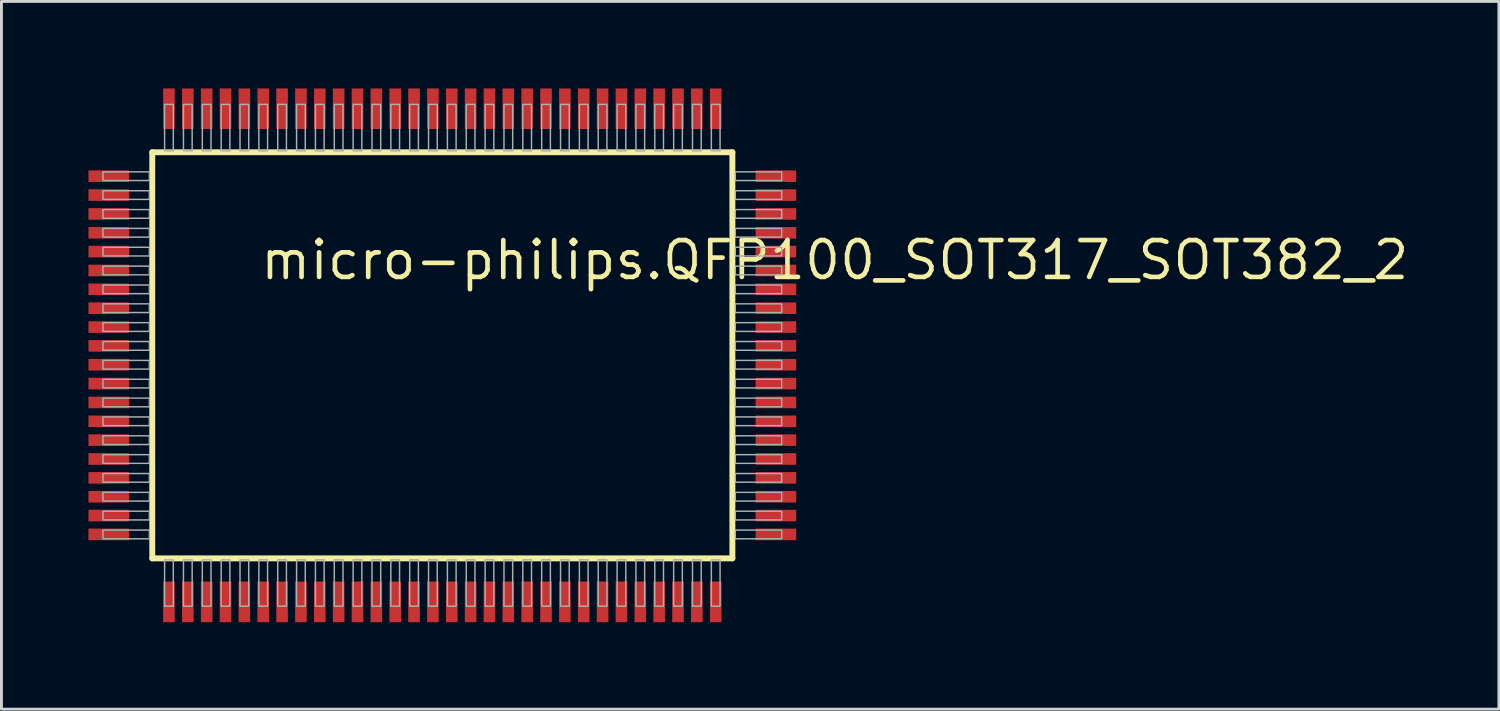
<source format=kicad_pcb>
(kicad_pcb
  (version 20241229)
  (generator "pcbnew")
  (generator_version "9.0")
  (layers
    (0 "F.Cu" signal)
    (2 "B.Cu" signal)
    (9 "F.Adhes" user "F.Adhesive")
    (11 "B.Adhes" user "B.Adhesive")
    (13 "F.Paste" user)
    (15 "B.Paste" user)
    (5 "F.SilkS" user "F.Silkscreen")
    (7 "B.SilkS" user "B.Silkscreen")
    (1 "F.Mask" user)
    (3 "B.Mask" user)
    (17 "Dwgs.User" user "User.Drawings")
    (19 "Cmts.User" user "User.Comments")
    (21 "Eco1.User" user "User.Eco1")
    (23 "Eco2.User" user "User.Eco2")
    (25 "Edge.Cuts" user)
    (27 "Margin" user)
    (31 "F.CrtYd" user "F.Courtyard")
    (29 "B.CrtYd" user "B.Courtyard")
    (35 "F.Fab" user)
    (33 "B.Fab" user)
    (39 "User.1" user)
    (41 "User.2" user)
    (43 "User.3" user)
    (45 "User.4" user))
  (footprint "micro-philips.QFP100_SOT317_SOT382_2"
    (layer "F.Cu")
    (at 12.2 9.2)
    (property "Reference" "micro-philips.QFP100_SOT317_SOT382_2" (at -6.35 -2.54 0) (layer "F.SilkS") (effects (font (size 1.27 1.27) (thickness 0.16)) (justify left bottom)))
    (attr smd)
    (fp_line (start -10 -7) (end 10 -7) (stroke (width 0.203) (type default)) (layer "F.SilkS"))
    (fp_line (start -10 7) (end -10 -7) (stroke (width 0.203) (type default)) (layer "F.SilkS"))
    (fp_line (start 10 -7) (end 10 7) (stroke (width 0.203) (type default)) (layer "F.SilkS"))
    (fp_line (start 10 7) (end -10 7) (stroke (width 0.203) (type default)) (layer "F.SilkS"))
    (fp_rect (start -11.7 -6.025) (end -10.1 -6.325) (stroke (width 0.05) (type default)) (fill no) (layer "F.Fab"))
    (fp_rect (start -11.7 -5.375) (end -10.1 -5.675) (stroke (width 0.05) (type default)) (fill no) (layer "F.Fab"))
    (fp_rect (start -11.7 -4.725) (end -10.1 -5.025) (stroke (width 0.05) (type default)) (fill no) (layer "F.Fab"))
    (fp_rect (start -11.7 -4.075) (end -10.1 -4.375) (stroke (width 0.05) (type default)) (fill no) (layer "F.Fab"))
    (fp_rect (start -11.7 -3.425) (end -10.1 -3.725) (stroke (width 0.05) (type default)) (fill no) (layer "F.Fab"))
    (fp_rect (start -11.7 -2.775) (end -10.1 -3.075) (stroke (width 0.05) (type default)) (fill no) (layer "F.Fab"))
    (fp_rect (start -11.7 -2.125) (end -10.1 -2.425) (stroke (width 0.05) (type default)) (fill no) (layer "F.Fab"))
    (fp_rect (start -11.7 -1.475) (end -10.1 -1.775) (stroke (width 0.05) (type default)) (fill no) (layer "F.Fab"))
    (fp_rect (start -11.7 -0.825) (end -10.1 -1.125) (stroke (width 0.05) (type default)) (fill no) (layer "F.Fab"))
    (fp_rect (start -11.7 -0.175) (end -10.1 -0.475) (stroke (width 0.05) (type default)) (fill no) (layer "F.Fab"))
    (fp_rect (start -11.7 0.475) (end -10.1 0.175) (stroke (width 0.05) (type default)) (fill no) (layer "F.Fab"))
    (fp_rect (start -11.7 1.125) (end -10.1 0.825) (stroke (width 0.05) (type default)) (fill no) (layer "F.Fab"))
    (fp_rect (start -11.7 1.775) (end -10.1 1.475) (stroke (width 0.05) (type default)) (fill no) (layer "F.Fab"))
    (fp_rect (start -11.7 2.425) (end -10.1 2.125) (stroke (width 0.05) (type default)) (fill no) (layer "F.Fab"))
    (fp_rect (start -11.7 3.075) (end -10.1 2.775) (stroke (width 0.05) (type default)) (fill no) (layer "F.Fab"))
    (fp_rect (start -11.7 3.725) (end -10.1 3.425) (stroke (width 0.05) (type default)) (fill no) (layer "F.Fab"))
    (fp_rect (start -11.7 4.375) (end -10.1 4.075) (stroke (width 0.05) (type default)) (fill no) (layer "F.Fab"))
    (fp_rect (start -11.7 5.025) (end -10.1 4.725) (stroke (width 0.05) (type default)) (fill no) (layer "F.Fab"))
    (fp_rect (start -11.7 5.675) (end -10.1 5.375) (stroke (width 0.05) (type default)) (fill no) (layer "F.Fab"))
    (fp_rect (start -11.7 6.325) (end -10.1 6.025) (stroke (width 0.05) (type default)) (fill no) (layer "F.Fab"))
    (fp_rect (start -9.575 -7.05) (end -9.275 -8.65) (stroke (width 0.05) (type default)) (fill no) (layer "F.Fab"))
    (fp_rect (start -9.575 8.65) (end -9.275 7.05) (stroke (width 0.05) (type default)) (fill no) (layer "F.Fab"))
    (fp_rect (start -8.925 -7.05) (end -8.625 -8.65) (stroke (width 0.05) (type default)) (fill no) (layer "F.Fab"))
    (fp_rect (start -8.925 8.65) (end -8.625 7.05) (stroke (width 0.05) (type default)) (fill no) (layer "F.Fab"))
    (fp_rect (start -8.275 -7.05) (end -7.975 -8.65) (stroke (width 0.05) (type default)) (fill no) (layer "F.Fab"))
    (fp_rect (start -8.275 8.65) (end -7.975 7.05) (stroke (width 0.05) (type default)) (fill no) (layer "F.Fab"))
    (fp_rect (start -7.625 -7.05) (end -7.325 -8.65) (stroke (width 0.05) (type default)) (fill no) (layer "F.Fab"))
    (fp_rect (start -7.625 8.65) (end -7.325 7.05) (stroke (width 0.05) (type default)) (fill no) (layer "F.Fab"))
    (fp_rect (start -6.975 -7.05) (end -6.675 -8.65) (stroke (width 0.05) (type default)) (fill no) (layer "F.Fab"))
    (fp_rect (start -6.975 8.65) (end -6.675 7.05) (stroke (width 0.05) (type default)) (fill no) (layer "F.Fab"))
    (fp_rect (start -6.325 -7.05) (end -6.025 -8.65) (stroke (width 0.05) (type default)) (fill no) (layer "F.Fab"))
    (fp_rect (start -6.325 8.65) (end -6.025 7.05) (stroke (width 0.05) (type default)) (fill no) (layer "F.Fab"))
    (fp_rect (start -5.675 -7.05) (end -5.375 -8.65) (stroke (width 0.05) (type default)) (fill no) (layer "F.Fab"))
    (fp_rect (start -5.675 8.65) (end -5.375 7.05) (stroke (width 0.05) (type default)) (fill no) (layer "F.Fab"))
    (fp_rect (start -5.025 -7.05) (end -4.725 -8.65) (stroke (width 0.05) (type default)) (fill no) (layer "F.Fab"))
    (fp_rect (start -5.025 8.65) (end -4.725 7.05) (stroke (width 0.05) (type default)) (fill no) (layer "F.Fab"))
    (fp_rect (start -4.375 -7.05) (end -4.075 -8.65) (stroke (width 0.05) (type default)) (fill no) (layer "F.Fab"))
    (fp_rect (start -4.375 8.65) (end -4.075 7.05) (stroke (width 0.05) (type default)) (fill no) (layer "F.Fab"))
    (fp_rect (start -3.725 -7.05) (end -3.425 -8.65) (stroke (width 0.05) (type default)) (fill no) (layer "F.Fab"))
    (fp_rect (start -3.725 8.65) (end -3.425 7.05) (stroke (width 0.05) (type default)) (fill no) (layer "F.Fab"))
    (fp_rect (start -3.075 -7.05) (end -2.775 -8.65) (stroke (width 0.05) (type default)) (fill no) (layer "F.Fab"))
    (fp_rect (start -3.075 8.65) (end -2.775 7.05) (stroke (width 0.05) (type default)) (fill no) (layer "F.Fab"))
    (fp_rect (start -2.425 -7.05) (end -2.125 -8.65) (stroke (width 0.05) (type default)) (fill no) (layer "F.Fab"))
    (fp_rect (start -2.425 8.65) (end -2.125 7.05) (stroke (width 0.05) (type default)) (fill no) (layer "F.Fab"))
    (fp_rect (start -1.775 -7.05) (end -1.475 -8.65) (stroke (width 0.05) (type default)) (fill no) (layer "F.Fab"))
    (fp_rect (start -1.775 8.65) (end -1.475 7.05) (stroke (width 0.05) (type default)) (fill no) (layer "F.Fab"))
    (fp_rect (start -1.125 -7.05) (end -0.825 -8.65) (stroke (width 0.05) (type default)) (fill no) (layer "F.Fab"))
    (fp_rect (start -1.125 8.65) (end -0.825 7.05) (stroke (width 0.05) (type default)) (fill no) (layer "F.Fab"))
    (fp_rect (start -0.475 -7.05) (end -0.175 -8.65) (stroke (width 0.05) (type default)) (fill no) (layer "F.Fab"))
    (fp_rect (start -0.475 8.65) (end -0.175 7.05) (stroke (width 0.05) (type default)) (fill no) (layer "F.Fab"))
    (fp_rect (start 0.175 -7.05) (end 0.475 -8.65) (stroke (width 0.05) (type default)) (fill no) (layer "F.Fab"))
    (fp_rect (start 0.175 8.65) (end 0.475 7.05) (stroke (width 0.05) (type default)) (fill no) (layer "F.Fab"))
    (fp_rect (start 0.825 -7.05) (end 1.125 -8.65) (stroke (width 0.05) (type default)) (fill no) (layer "F.Fab"))
    (fp_rect (start 0.825 8.65) (end 1.125 7.05) (stroke (width 0.05) (type default)) (fill no) (layer "F.Fab"))
    (fp_rect (start 1.475 -7.05) (end 1.775 -8.65) (stroke (width 0.05) (type default)) (fill no) (layer "F.Fab"))
    (fp_rect (start 1.475 8.65) (end 1.775 7.05) (stroke (width 0.05) (type default)) (fill no) (layer "F.Fab"))
    (fp_rect (start 2.125 -7.05) (end 2.425 -8.65) (stroke (width 0.05) (type default)) (fill no) (layer "F.Fab"))
    (fp_rect (start 2.125 8.65) (end 2.425 7.05) (stroke (width 0.05) (type default)) (fill no) (layer "F.Fab"))
    (fp_rect (start 2.775 -7.05) (end 3.075 -8.65) (stroke (width 0.05) (type default)) (fill no) (layer "F.Fab"))
    (fp_rect (start 2.775 8.65) (end 3.075 7.05) (stroke (width 0.05) (type default)) (fill no) (layer "F.Fab"))
    (fp_rect (start 3.425 -7.05) (end 3.725 -8.65) (stroke (width 0.05) (type default)) (fill no) (layer "F.Fab"))
    (fp_rect (start 3.425 8.65) (end 3.725 7.05) (stroke (width 0.05) (type default)) (fill no) (layer "F.Fab"))
    (fp_rect (start 4.075 -7.05) (end 4.375 -8.65) (stroke (width 0.05) (type default)) (fill no) (layer "F.Fab"))
    (fp_rect (start 4.075 8.65) (end 4.375 7.05) (stroke (width 0.05) (type default)) (fill no) (layer "F.Fab"))
    (fp_rect (start 4.725 -7.05) (end 5.025 -8.65) (stroke (width 0.05) (type default)) (fill no) (layer "F.Fab"))
    (fp_rect (start 4.725 8.65) (end 5.025 7.05) (stroke (width 0.05) (type default)) (fill no) (layer "F.Fab"))
    (fp_rect (start 5.375 -7.05) (end 5.675 -8.65) (stroke (width 0.05) (type default)) (fill no) (layer "F.Fab"))
    (fp_rect (start 5.375 8.65) (end 5.675 7.05) (stroke (width 0.05) (type default)) (fill no) (layer "F.Fab"))
    (fp_rect (start 6.025 -7.05) (end 6.325 -8.65) (stroke (width 0.05) (type default)) (fill no) (layer "F.Fab"))
    (fp_rect (start 6.025 8.65) (end 6.325 7.05) (stroke (width 0.05) (type default)) (fill no) (layer "F.Fab"))
    (fp_rect (start 6.675 -7.05) (end 6.975 -8.65) (stroke (width 0.05) (type default)) (fill no) (layer "F.Fab"))
    (fp_rect (start 6.675 8.65) (end 6.975 7.05) (stroke (width 0.05) (type default)) (fill no) (layer "F.Fab"))
    (fp_rect (start 7.325 -7.05) (end 7.625 -8.65) (stroke (width 0.05) (type default)) (fill no) (layer "F.Fab"))
    (fp_rect (start 7.325 8.65) (end 7.625 7.05) (stroke (width 0.05) (type default)) (fill no) (layer "F.Fab"))
    (fp_rect (start 7.975 -7.05) (end 8.275 -8.65) (stroke (width 0.05) (type default)) (fill no) (layer "F.Fab"))
    (fp_rect (start 7.975 8.65) (end 8.275 7.05) (stroke (width 0.05) (type default)) (fill no) (layer "F.Fab"))
    (fp_rect (start 8.625 -7.05) (end 8.925 -8.65) (stroke (width 0.05) (type default)) (fill no) (layer "F.Fab"))
    (fp_rect (start 8.625 8.65) (end 8.925 7.05) (stroke (width 0.05) (type default)) (fill no) (layer "F.Fab"))
    (fp_rect (start 9.275 -7.05) (end 9.575 -8.65) (stroke (width 0.05) (type default)) (fill no) (layer "F.Fab"))
    (fp_rect (start 9.275 8.65) (end 9.575 7.05) (stroke (width 0.05) (type default)) (fill no) (layer "F.Fab"))
    (fp_rect (start 10.1 -6.025) (end 11.7 -6.325) (stroke (width 0.05) (type default)) (fill no) (layer "F.Fab"))
    (fp_rect (start 10.1 -5.375) (end 11.7 -5.675) (stroke (width 0.05) (type default)) (fill no) (layer "F.Fab"))
    (fp_rect (start 10.1 -4.725) (end 11.7 -5.025) (stroke (width 0.05) (type default)) (fill no) (layer "F.Fab"))
    (fp_rect (start 10.1 -4.075) (end 11.7 -4.375) (stroke (width 0.05) (type default)) (fill no) (layer "F.Fab"))
    (fp_rect (start 10.1 -3.425) (end 11.7 -3.725) (stroke (width 0.05) (type default)) (fill no) (layer "F.Fab"))
    (fp_rect (start 10.1 -2.775) (end 11.7 -3.075) (stroke (width 0.05) (type default)) (fill no) (layer "F.Fab"))
    (fp_rect (start 10.1 -2.125) (end 11.7 -2.425) (stroke (width 0.05) (type default)) (fill no) (layer "F.Fab"))
    (fp_rect (start 10.1 -1.475) (end 11.7 -1.775) (stroke (width 0.05) (type default)) (fill no) (layer "F.Fab"))
    (fp_rect (start 10.1 -0.825) (end 11.7 -1.125) (stroke (width 0.05) (type default)) (fill no) (layer "F.Fab"))
    (fp_rect (start 10.1 -0.175) (end 11.7 -0.475) (stroke (width 0.05) (type default)) (fill no) (layer "F.Fab"))
    (fp_rect (start 10.1 0.475) (end 11.7 0.175) (stroke (width 0.05) (type default)) (fill no) (layer "F.Fab"))
    (fp_rect (start 10.1 1.125) (end 11.7 0.825) (stroke (width 0.05) (type default)) (fill no) (layer "F.Fab"))
    (fp_rect (start 10.1 1.775) (end 11.7 1.475) (stroke (width 0.05) (type default)) (fill no) (layer "F.Fab"))
    (fp_rect (start 10.1 2.425) (end 11.7 2.125) (stroke (width 0.05) (type default)) (fill no) (layer "F.Fab"))
    (fp_rect (start 10.1 3.075) (end 11.7 2.775) (stroke (width 0.05) (type default)) (fill no) (layer "F.Fab"))
    (fp_rect (start 10.1 3.725) (end 11.7 3.425) (stroke (width 0.05) (type default)) (fill no) (layer "F.Fab"))
    (fp_rect (start 10.1 4.375) (end 11.7 4.075) (stroke (width 0.05) (type default)) (fill no) (layer "F.Fab"))
    (fp_rect (start 10.1 5.025) (end 11.7 4.725) (stroke (width 0.05) (type default)) (fill no) (layer "F.Fab"))
    (fp_rect (start 10.1 5.675) (end 11.7 5.375) (stroke (width 0.05) (type default)) (fill no) (layer "F.Fab"))
    (fp_rect (start 10.1 6.325) (end 11.7 6.025) (stroke (width 0.05) (type default)) (fill no) (layer "F.Fab"))
    (pad "1" smd roundrect (at -9.425 8.5) (size 0.4 1.4) (layers "F.Cu" "F.Mask" "F.Paste") (roundrect_rratio 0.01))
    (pad "2" smd roundrect (at -8.775 8.5) (size 0.4 1.4) (layers "F.Cu" "F.Mask" "F.Paste") (roundrect_rratio 0.01))
    (pad "3" smd roundrect (at -8.125 8.5) (size 0.4 1.4) (layers "F.Cu" "F.Mask" "F.Paste") (roundrect_rratio 0.01))
    (pad "4" smd roundrect (at -7.475 8.5) (size 0.4 1.4) (layers "F.Cu" "F.Mask" "F.Paste") (roundrect_rratio 0.01))
    (pad "5" smd roundrect (at -6.825 8.5) (size 0.4 1.4) (layers "F.Cu" "F.Mask" "F.Paste") (roundrect_rratio 0.01))
    (pad "6" smd roundrect (at -6.175 8.5) (size 0.4 1.4) (layers "F.Cu" "F.Mask" "F.Paste") (roundrect_rratio 0.01))
    (pad "7" smd roundrect (at -5.525 8.5) (size 0.4 1.4) (layers "F.Cu" "F.Mask" "F.Paste") (roundrect_rratio 0.01))
    (pad "8" smd roundrect (at -4.875 8.5) (size 0.4 1.4) (layers "F.Cu" "F.Mask" "F.Paste") (roundrect_rratio 0.01))
    (pad "9" smd roundrect (at -4.225 8.5) (size 0.4 1.4) (layers "F.Cu" "F.Mask" "F.Paste") (roundrect_rratio 0.01))
    (pad "10" smd roundrect (at -3.575 8.5) (size 0.4 1.4) (layers "F.Cu" "F.Mask" "F.Paste") (roundrect_rratio 0.01))
    (pad "11" smd roundrect (at -2.925 8.5) (size 0.4 1.4) (layers "F.Cu" "F.Mask" "F.Paste") (roundrect_rratio 0.01))
    (pad "12" smd roundrect (at -2.275 8.5) (size 0.4 1.4) (layers "F.Cu" "F.Mask" "F.Paste") (roundrect_rratio 0.01))
    (pad "13" smd roundrect (at -1.625 8.5) (size 0.4 1.4) (layers "F.Cu" "F.Mask" "F.Paste") (roundrect_rratio 0.01))
    (pad "14" smd roundrect (at -0.975 8.5) (size 0.4 1.4) (layers "F.Cu" "F.Mask" "F.Paste") (roundrect_rratio 0.01))
    (pad "15" smd roundrect (at -0.325 8.5) (size 0.4 1.4) (layers "F.Cu" "F.Mask" "F.Paste") (roundrect_rratio 0.01))
    (pad "16" smd roundrect (at 0.325 8.5) (size 0.4 1.4) (layers "F.Cu" "F.Mask" "F.Paste") (roundrect_rratio 0.01))
    (pad "17" smd roundrect (at 0.975 8.5) (size 0.4 1.4) (layers "F.Cu" "F.Mask" "F.Paste") (roundrect_rratio 0.01))
    (pad "18" smd roundrect (at 1.625 8.5) (size 0.4 1.4) (layers "F.Cu" "F.Mask" "F.Paste") (roundrect_rratio 0.01))
    (pad "19" smd roundrect (at 2.275 8.5) (size 0.4 1.4) (layers "F.Cu" "F.Mask" "F.Paste") (roundrect_rratio 0.01))
    (pad "20" smd roundrect (at 2.925 8.5) (size 0.4 1.4) (layers "F.Cu" "F.Mask" "F.Paste") (roundrect_rratio 0.01))
    (pad "21" smd roundrect (at 3.575 8.5) (size 0.4 1.4) (layers "F.Cu" "F.Mask" "F.Paste") (roundrect_rratio 0.01))
    (pad "22" smd roundrect (at 4.225 8.5) (size 0.4 1.4) (layers "F.Cu" "F.Mask" "F.Paste") (roundrect_rratio 0.01))
    (pad "23" smd roundrect (at 4.875 8.5) (size 0.4 1.4) (layers "F.Cu" "F.Mask" "F.Paste") (roundrect_rratio 0.01))
    (pad "24" smd roundrect (at 5.525 8.5) (size 0.4 1.4) (layers "F.Cu" "F.Mask" "F.Paste") (roundrect_rratio 0.01))
    (pad "25" smd roundrect (at 6.175 8.5) (size 0.4 1.4) (layers "F.Cu" "F.Mask" "F.Paste") (roundrect_rratio 0.01))
    (pad "26" smd roundrect (at 6.825 8.5) (size 0.4 1.4) (layers "F.Cu" "F.Mask" "F.Paste") (roundrect_rratio 0.01))
    (pad "27" smd roundrect (at 7.475 8.5) (size 0.4 1.4) (layers "F.Cu" "F.Mask" "F.Paste") (roundrect_rratio 0.01))
    (pad "28" smd roundrect (at 8.125 8.5) (size 0.4 1.4) (layers "F.Cu" "F.Mask" "F.Paste") (roundrect_rratio 0.01))
    (pad "29" smd roundrect (at 8.775 8.5) (size 0.4 1.4) (layers "F.Cu" "F.Mask" "F.Paste") (roundrect_rratio 0.01))
    (pad "30" smd roundrect (at 9.425 8.5) (size 0.4 1.4) (layers "F.Cu" "F.Mask" "F.Paste") (roundrect_rratio 0.01))
    (pad "31" smd roundrect (at 11.5 6.175) (size 1.4 0.4) (layers "F.Cu" "F.Mask" "F.Paste") (roundrect_rratio 0.01))
    (pad "32" smd roundrect (at 11.5 5.525) (size 1.4 0.4) (layers "F.Cu" "F.Mask" "F.Paste") (roundrect_rratio 0.01))
    (pad "33" smd roundrect (at 11.5 4.875) (size 1.4 0.4) (layers "F.Cu" "F.Mask" "F.Paste") (roundrect_rratio 0.01))
    (pad "34" smd roundrect (at 11.5 4.225) (size 1.4 0.4) (layers "F.Cu" "F.Mask" "F.Paste") (roundrect_rratio 0.01))
    (pad "35" smd roundrect (at 11.5 3.575) (size 1.4 0.4) (layers "F.Cu" "F.Mask" "F.Paste") (roundrect_rratio 0.01))
    (pad "36" smd roundrect (at 11.5 2.925) (size 1.4 0.4) (layers "F.Cu" "F.Mask" "F.Paste") (roundrect_rratio 0.01))
    (pad "37" smd roundrect (at 11.5 2.275) (size 1.4 0.4) (layers "F.Cu" "F.Mask" "F.Paste") (roundrect_rratio 0.01))
    (pad "38" smd roundrect (at 11.5 1.625) (size 1.4 0.4) (layers "F.Cu" "F.Mask" "F.Paste") (roundrect_rratio 0.01))
    (pad "39" smd roundrect (at 11.5 0.975) (size 1.4 0.4) (layers "F.Cu" "F.Mask" "F.Paste") (roundrect_rratio 0.01))
    (pad "40" smd roundrect (at 11.5 0.325) (size 1.4 0.4) (layers "F.Cu" "F.Mask" "F.Paste") (roundrect_rratio 0.01))
    (pad "41" smd roundrect (at 11.5 -0.325) (size 1.4 0.4) (layers "F.Cu" "F.Mask" "F.Paste") (roundrect_rratio 0.01))
    (pad "42" smd roundrect (at 11.5 -0.975) (size 1.4 0.4) (layers "F.Cu" "F.Mask" "F.Paste") (roundrect_rratio 0.01))
    (pad "43" smd roundrect (at 11.5 -1.625) (size 1.4 0.4) (layers "F.Cu" "F.Mask" "F.Paste") (roundrect_rratio 0.01))
    (pad "44" smd roundrect (at 11.5 -2.275) (size 1.4 0.4) (layers "F.Cu" "F.Mask" "F.Paste") (roundrect_rratio 0.01))
    (pad "45" smd roundrect (at 11.5 -2.925) (size 1.4 0.4) (layers "F.Cu" "F.Mask" "F.Paste") (roundrect_rratio 0.01))
    (pad "46" smd roundrect (at 11.5 -3.575) (size 1.4 0.4) (layers "F.Cu" "F.Mask" "F.Paste") (roundrect_rratio 0.01))
    (pad "47" smd roundrect (at 11.5 -4.225) (size 1.4 0.4) (layers "F.Cu" "F.Mask" "F.Paste") (roundrect_rratio 0.01))
    (pad "48" smd roundrect (at 11.5 -4.875) (size 1.4 0.4) (layers "F.Cu" "F.Mask" "F.Paste") (roundrect_rratio 0.01))
    (pad "49" smd roundrect (at 11.5 -5.525) (size 1.4 0.4) (layers "F.Cu" "F.Mask" "F.Paste") (roundrect_rratio 0.01))
    (pad "50" smd roundrect (at 11.5 -6.175) (size 1.4 0.4) (layers "F.Cu" "F.Mask" "F.Paste") (roundrect_rratio 0.01))
    (pad "51" smd roundrect (at 9.425 -8.5) (size 0.4 1.4) (layers "F.Cu" "F.Mask" "F.Paste") (roundrect_rratio 0.01))
    (pad "52" smd roundrect (at 8.775 -8.5) (size 0.4 1.4) (layers "F.Cu" "F.Mask" "F.Paste") (roundrect_rratio 0.01))
    (pad "53" smd roundrect (at 8.125 -8.5) (size 0.4 1.4) (layers "F.Cu" "F.Mask" "F.Paste") (roundrect_rratio 0.01))
    (pad "54" smd roundrect (at 7.475 -8.5) (size 0.4 1.4) (layers "F.Cu" "F.Mask" "F.Paste") (roundrect_rratio 0.01))
    (pad "55" smd roundrect (at 6.825 -8.5) (size 0.4 1.4) (layers "F.Cu" "F.Mask" "F.Paste") (roundrect_rratio 0.01))
    (pad "56" smd roundrect (at 6.175 -8.5) (size 0.4 1.4) (layers "F.Cu" "F.Mask" "F.Paste") (roundrect_rratio 0.01))
    (pad "57" smd roundrect (at 5.525 -8.5) (size 0.4 1.4) (layers "F.Cu" "F.Mask" "F.Paste") (roundrect_rratio 0.01))
    (pad "58" smd roundrect (at 4.875 -8.5) (size 0.4 1.4) (layers "F.Cu" "F.Mask" "F.Paste") (roundrect_rratio 0.01))
    (pad "59" smd roundrect (at 4.225 -8.5) (size 0.4 1.4) (layers "F.Cu" "F.Mask" "F.Paste") (roundrect_rratio 0.01))
    (pad "60" smd roundrect (at 3.575 -8.5) (size 0.4 1.4) (layers "F.Cu" "F.Mask" "F.Paste") (roundrect_rratio 0.01))
    (pad "61" smd roundrect (at 2.925 -8.5) (size 0.4 1.4) (layers "F.Cu" "F.Mask" "F.Paste") (roundrect_rratio 0.01))
    (pad "62" smd roundrect (at 2.275 -8.5) (size 0.4 1.4) (layers "F.Cu" "F.Mask" "F.Paste") (roundrect_rratio 0.01))
    (pad "63" smd roundrect (at 1.625 -8.5) (size 0.4 1.4) (layers "F.Cu" "F.Mask" "F.Paste") (roundrect_rratio 0.01))
    (pad "64" smd roundrect (at 0.975 -8.5) (size 0.4 1.4) (layers "F.Cu" "F.Mask" "F.Paste") (roundrect_rratio 0.01))
    (pad "65" smd roundrect (at 0.325 -8.5) (size 0.4 1.4) (layers "F.Cu" "F.Mask" "F.Paste") (roundrect_rratio 0.01))
    (pad "66" smd roundrect (at -0.325 -8.5) (size 0.4 1.4) (layers "F.Cu" "F.Mask" "F.Paste") (roundrect_rratio 0.01))
    (pad "67" smd roundrect (at -0.975 -8.5) (size 0.4 1.4) (layers "F.Cu" "F.Mask" "F.Paste") (roundrect_rratio 0.01))
    (pad "68" smd roundrect (at -1.625 -8.5) (size 0.4 1.4) (layers "F.Cu" "F.Mask" "F.Paste") (roundrect_rratio 0.01))
    (pad "69" smd roundrect (at -2.275 -8.5) (size 0.4 1.4) (layers "F.Cu" "F.Mask" "F.Paste") (roundrect_rratio 0.01))
    (pad "70" smd roundrect (at -2.925 -8.5) (size 0.4 1.4) (layers "F.Cu" "F.Mask" "F.Paste") (roundrect_rratio 0.01))
    (pad "71" smd roundrect (at -3.575 -8.5) (size 0.4 1.4) (layers "F.Cu" "F.Mask" "F.Paste") (roundrect_rratio 0.01))
    (pad "72" smd roundrect (at -4.225 -8.5) (size 0.4 1.4) (layers "F.Cu" "F.Mask" "F.Paste") (roundrect_rratio 0.01))
    (pad "73" smd roundrect (at -4.875 -8.5) (size 0.4 1.4) (layers "F.Cu" "F.Mask" "F.Paste") (roundrect_rratio 0.01))
    (pad "74" smd roundrect (at -5.525 -8.5) (size 0.4 1.4) (layers "F.Cu" "F.Mask" "F.Paste") (roundrect_rratio 0.01))
    (pad "75" smd roundrect (at -6.175 -8.5) (size 0.4 1.4) (layers "F.Cu" "F.Mask" "F.Paste") (roundrect_rratio 0.01))
    (pad "76" smd roundrect (at -6.825 -8.5) (size 0.4 1.4) (layers "F.Cu" "F.Mask" "F.Paste") (roundrect_rratio 0.01))
    (pad "77" smd roundrect (at -7.475 -8.5) (size 0.4 1.4) (layers "F.Cu" "F.Mask" "F.Paste") (roundrect_rratio 0.01))
    (pad "78" smd roundrect (at -8.125 -8.5) (size 0.4 1.4) (layers "F.Cu" "F.Mask" "F.Paste") (roundrect_rratio 0.01))
    (pad "79" smd roundrect (at -8.775 -8.5) (size 0.4 1.4) (layers "F.Cu" "F.Mask" "F.Paste") (roundrect_rratio 0.01))
    (pad "80" smd roundrect (at -9.425 -8.5) (size 0.4 1.4) (layers "F.Cu" "F.Mask" "F.Paste") (roundrect_rratio 0.01))
    (pad "81" smd roundrect (at -11.5 -6.175) (size 1.4 0.4) (layers "F.Cu" "F.Mask" "F.Paste") (roundrect_rratio 0.01))
    (pad "82" smd roundrect (at -11.5 -5.525) (size 1.4 0.4) (layers "F.Cu" "F.Mask" "F.Paste") (roundrect_rratio 0.01))
    (pad "83" smd roundrect (at -11.5 -4.875) (size 1.4 0.4) (layers "F.Cu" "F.Mask" "F.Paste") (roundrect_rratio 0.01))
    (pad "84" smd roundrect (at -11.5 -4.225) (size 1.4 0.4) (layers "F.Cu" "F.Mask" "F.Paste") (roundrect_rratio 0.01))
    (pad "85" smd roundrect (at -11.5 -3.575) (size 1.4 0.4) (layers "F.Cu" "F.Mask" "F.Paste") (roundrect_rratio 0.01))
    (pad "86" smd roundrect (at -11.5 -2.925) (size 1.4 0.4) (layers "F.Cu" "F.Mask" "F.Paste") (roundrect_rratio 0.01))
    (pad "87" smd roundrect (at -11.5 -2.275) (size 1.4 0.4) (layers "F.Cu" "F.Mask" "F.Paste") (roundrect_rratio 0.01))
    (pad "88" smd roundrect (at -11.5 -1.625) (size 1.4 0.4) (layers "F.Cu" "F.Mask" "F.Paste") (roundrect_rratio 0.01))
    (pad "89" smd roundrect (at -11.5 -0.975) (size 1.4 0.4) (layers "F.Cu" "F.Mask" "F.Paste") (roundrect_rratio 0.01))
    (pad "90" smd roundrect (at -11.5 -0.325) (size 1.4 0.4) (layers "F.Cu" "F.Mask" "F.Paste") (roundrect_rratio 0.01))
    (pad "91" smd roundrect (at -11.5 0.325) (size 1.4 0.4) (layers "F.Cu" "F.Mask" "F.Paste") (roundrect_rratio 0.01))
    (pad "92" smd roundrect (at -11.5 0.975) (size 1.4 0.4) (layers "F.Cu" "F.Mask" "F.Paste") (roundrect_rratio 0.01))
    (pad "93" smd roundrect (at -11.5 1.625) (size 1.4 0.4) (layers "F.Cu" "F.Mask" "F.Paste") (roundrect_rratio 0.01))
    (pad "94" smd roundrect (at -11.5 2.275) (size 1.4 0.4) (layers "F.Cu" "F.Mask" "F.Paste") (roundrect_rratio 0.01))
    (pad "95" smd roundrect (at -11.5 2.925) (size 1.4 0.4) (layers "F.Cu" "F.Mask" "F.Paste") (roundrect_rratio 0.01))
    (pad "96" smd roundrect (at -11.5 3.575) (size 1.4 0.4) (layers "F.Cu" "F.Mask" "F.Paste") (roundrect_rratio 0.01))
    (pad "97" smd roundrect (at -11.5 4.225) (size 1.4 0.4) (layers "F.Cu" "F.Mask" "F.Paste") (roundrect_rratio 0.01))
    (pad "98" smd roundrect (at -11.5 4.875) (size 1.4 0.4) (layers "F.Cu" "F.Mask" "F.Paste") (roundrect_rratio 0.01))
    (pad "99" smd roundrect (at -11.5 5.525) (size 1.4 0.4) (layers "F.Cu" "F.Mask" "F.Paste") (roundrect_rratio 0.01))
    (pad "100" smd roundrect (at -11.5 6.175) (size 1.4 0.4) (layers "F.Cu" "F.Mask" "F.Paste") (roundrect_rratio 0.01)))
  (gr_rect
    (start -3 -3)
    (end 48.627 21.4)
    (stroke (width 0.1) (type default))
    (fill no)
    (layer "Edge.Cuts")))
</source>
